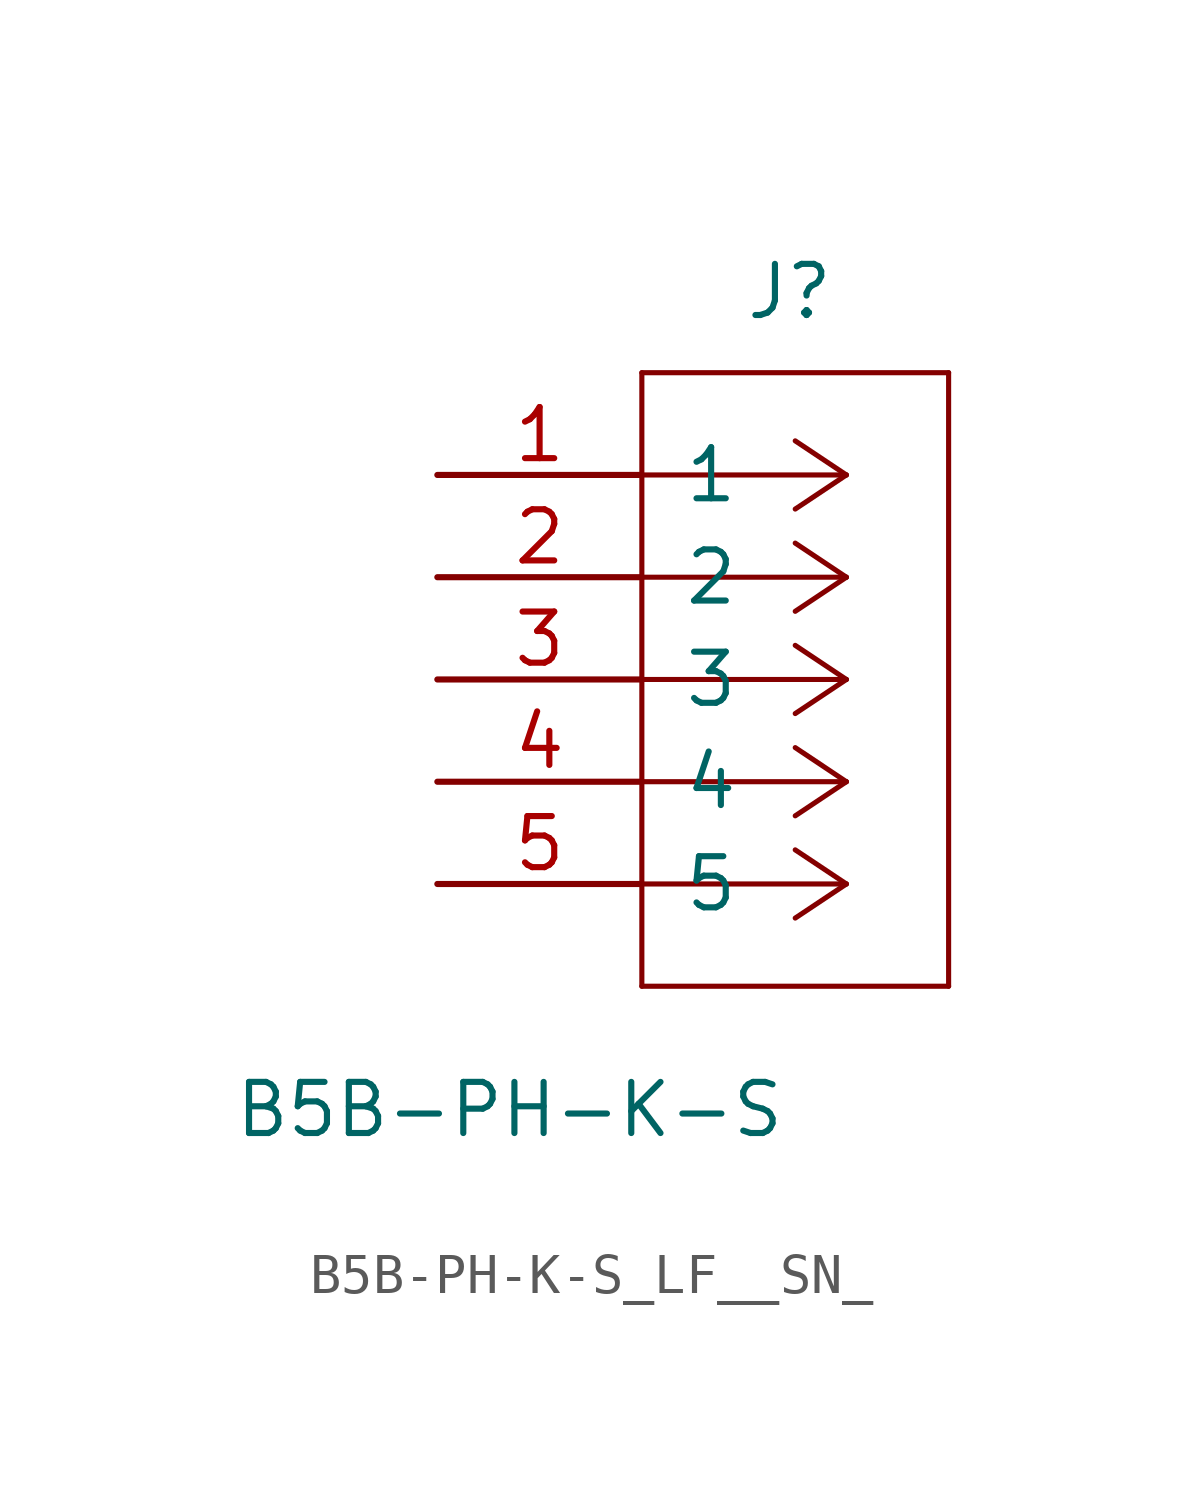
<source format=kicad_sym>
(kicad_symbol_lib
  (version 20220914)
  (generator kicad_symbol_editor)
  (symbol "B5B-PH-K-S_LF__SN_"
    (pin_names
      (offset 1.016))
    (property "Reference" "J"
      (at 7.62 1.27 0)
      (effects (font (size 1.27 1.27)) (justify left bottom)))
    (property "Value" "B5B-PH-K-S"
      (at -5.08 -19.05 0)
      (effects (font (size 1.27 1.27)) (justify left bottom)))
    (symbol "B5B-PH-K-S_LF__SN__1_1"
      (polyline (pts (xy 5.08 -15.24) (xy 12.7 -15.24)) (stroke (width 0.127) (type default)) (fill (type none)))
      (polyline (pts (xy 5.08 0) (xy 5.08 -15.24)) (stroke (width 0.127) (type default)) (fill (type none)))
      (polyline (pts (xy 10.16 -12.7) (xy 5.08 -12.7)) (stroke (width 0.127) (type default)) (fill (type none)))
      (polyline (pts (xy 10.16 -12.7) (xy 8.89 -13.547)) (stroke (width 0.127) (type default)) (fill (type none)))
      (polyline (pts (xy 10.16 -12.7) (xy 8.89 -11.853)) (stroke (width 0.127) (type default)) (fill (type none)))
      (polyline (pts (xy 10.16 -10.16) (xy 5.08 -10.16)) (stroke (width 0.127) (type default)) (fill (type none)))
      (polyline (pts (xy 10.16 -10.16) (xy 8.89 -11.007)) (stroke (width 0.127) (type default)) (fill (type none)))
      (polyline (pts (xy 10.16 -10.16) (xy 8.89 -9.313)) (stroke (width 0.127) (type default)) (fill (type none)))
      (polyline (pts (xy 10.16 -7.62) (xy 5.08 -7.62)) (stroke (width 0.127) (type default)) (fill (type none)))
      (polyline (pts (xy 10.16 -7.62) (xy 8.89 -8.467)) (stroke (width 0.127) (type default)) (fill (type none)))
      (polyline (pts (xy 10.16 -7.62) (xy 8.89 -6.773)) (stroke (width 0.127) (type default)) (fill (type none)))
      (polyline (pts (xy 10.16 -5.08) (xy 5.08 -5.08)) (stroke (width 0.127) (type default)) (fill (type none)))
      (polyline (pts (xy 10.16 -5.08) (xy 8.89 -5.927)) (stroke (width 0.127) (type default)) (fill (type none)))
      (polyline (pts (xy 10.16 -5.08) (xy 8.89 -4.233)) (stroke (width 0.127) (type default)) (fill (type none)))
      (polyline (pts (xy 10.16 -2.54) (xy 5.08 -2.54)) (stroke (width 0.127) (type default)) (fill (type none)))
      (polyline (pts (xy 10.16 -2.54) (xy 8.89 -3.387)) (stroke (width 0.127) (type default)) (fill (type none)))
      (polyline (pts (xy 10.16 -2.54) (xy 8.89 -1.693)) (stroke (width 0.127) (type default)) (fill (type none)))
      (polyline (pts (xy 12.7 -15.24) (xy 12.7 0)) (stroke (width 0.127) (type default)) (fill (type none)))
      (polyline (pts (xy 12.7 0) (xy 5.08 0)) (stroke (width 0.127) (type default)) (fill (type none)))
      (pin unspecified line (at 0 -2.54 0) (length 5.08) (name "1" (effects (font (size 1.27 1.27)))) (number "1" (effects (font (size 1.27 1.27)))))
      (pin unspecified line (at 0 -5.08 0) (length 5.08) (name "2" (effects (font (size 1.27 1.27)))) (number "2" (effects (font (size 1.27 1.27)))))
      (pin unspecified line (at 0 -7.62 0) (length 5.08) (name "3" (effects (font (size 1.27 1.27)))) (number "3" (effects (font (size 1.27 1.27)))))
      (pin unspecified line (at 0 -10.16 0) (length 5.08) (name "4" (effects (font (size 1.27 1.27)))) (number "4" (effects (font (size 1.27 1.27)))))
      (pin unspecified line (at 0 -12.7 0) (length 5.08) (name "5" (effects (font (size 1.27 1.27)))) (number "5" (effects (font (size 1.27 1.27))))))))
</source>
